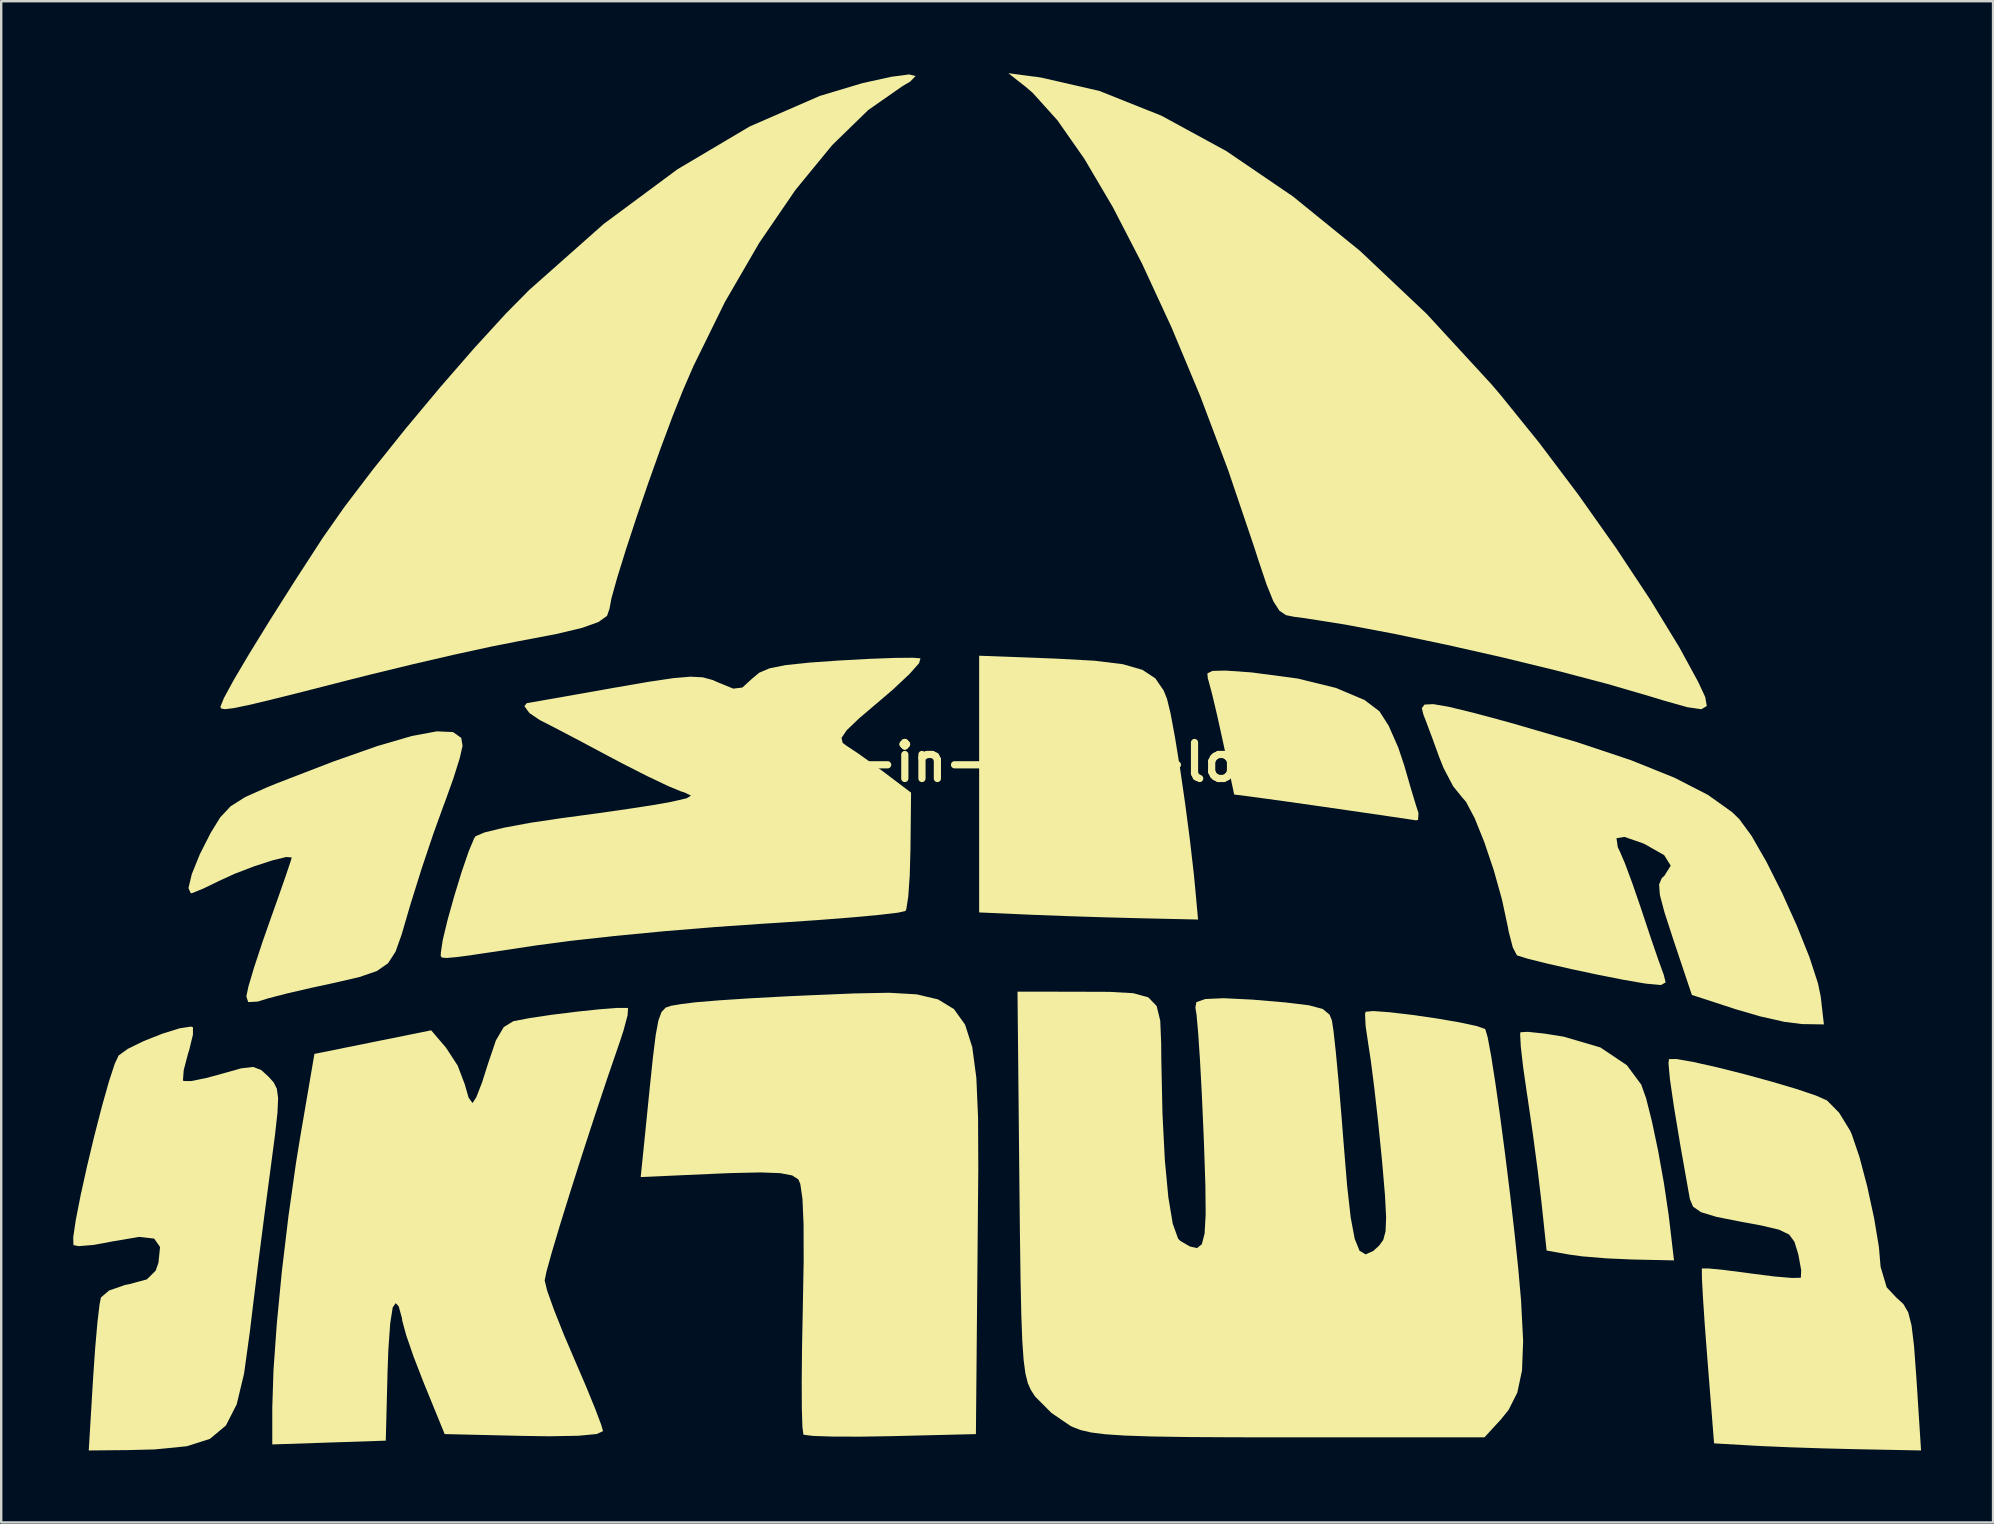
<source format=kicad_pcb>
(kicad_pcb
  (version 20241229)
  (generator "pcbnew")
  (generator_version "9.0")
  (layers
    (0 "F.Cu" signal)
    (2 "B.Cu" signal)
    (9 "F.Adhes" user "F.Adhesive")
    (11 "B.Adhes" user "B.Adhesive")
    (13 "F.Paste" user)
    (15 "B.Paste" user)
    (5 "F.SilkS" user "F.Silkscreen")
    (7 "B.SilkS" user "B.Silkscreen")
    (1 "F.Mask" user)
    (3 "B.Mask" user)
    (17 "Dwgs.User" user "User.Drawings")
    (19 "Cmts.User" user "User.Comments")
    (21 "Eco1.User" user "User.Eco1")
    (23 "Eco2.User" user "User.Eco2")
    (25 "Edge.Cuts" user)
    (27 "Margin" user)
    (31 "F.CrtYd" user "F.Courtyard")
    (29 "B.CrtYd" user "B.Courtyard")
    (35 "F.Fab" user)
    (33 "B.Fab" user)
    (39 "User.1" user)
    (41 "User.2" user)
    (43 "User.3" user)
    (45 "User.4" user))
  (footprint "made-in-israel-logo"
    (layer "F.Cu")
    (at 38.829 28.709)
    (property "Reference" "made-in-israel-logo" (at 0 0 0) (layer "F.SilkS") (effects (font (size 1.5 1.5) (thickness 0.3))))
    (attr board_only exclude_from_pos_files exclude_from_bom)
    (fp_poly (pts (xy 2.094 -4.318) (xy 3.726 -4.229) (xy 4.906 -4.084) (xy 5.721 -3.849) (xy 6.259 -3.495) (xy 6.606 -2.989) (xy 6.745 -2.645) (xy 6.893 -2.041) (xy 7.082 -1.022) (xy 7.293 0.284) (xy 7.506 1.75) (xy 7.702 3.249) (xy 7.863 4.651) (xy 7.922 5.258) (xy 8.04 6.555) (xy 5.574 6.5) (xy 4.128 6.462) (xy 2.569 6.412) (xy 1.197 6.36) (xy 1.013 6.352) (xy -1.081 6.259) (xy -1.081 0.911) (xy -1.081 -4.437)) (stroke (width 0) (type solid)) (fill yes) (layer "F.SilkS"))
    (fp_poly (pts (xy 22.461 11.306) (xy 23.269 11.434) (xy 24.802 11.884) (xy 25.907 12.625) (xy 26.506 13.433) (xy 26.709 14.003) (xy 26.953 14.972) (xy 27.211 16.198) (xy 27.451 17.538) (xy 27.646 18.849) (xy 27.687 19.187) (xy 27.871 20.757) (xy 26.163 20.721) (xy 25.076 20.674) (xy 24.056 20.59) (xy 23.509 20.516) (xy 22.563 20.347) (xy 22.345 18.299) (xy 22.192 17.009) (xy 21.989 15.48) (xy 21.776 14.013) (xy 21.744 13.808) (xy 21.587 12.719) (xy 21.488 11.853) (xy 21.46 11.336) (xy 21.475 11.25) (xy 21.78 11.234)) (stroke (width 0) (type solid)) (fill yes) (layer "F.SilkS"))
    (fp_poly (pts (xy 10.154 -3.75) (xy 10.29 -3.739) (xy 12.194 -3.486) (xy 13.782 -3.096) (xy 14.977 -2.592) (xy 15.597 -2.122) (xy 15.981 -1.522) (xy 16.38 -0.617) (xy 16.632 0.137) (xy 16.897 1.057) (xy 17.117 1.786) (xy 17.224 2.117) (xy 17.208 2.403) (xy 17.12 2.421) (xy 16.767 2.368) (xy 16.009 2.256) (xy 14.976 2.105) (xy 14.321 2.01) (xy 13.055 1.827) (xy 11.857 1.657) (xy 10.921 1.527) (xy 10.65 1.491) (xy 9.545 1.345) (xy 9.077 -0.858) (xy 8.839 -1.937) (xy 8.625 -2.842) (xy 8.472 -3.412) (xy 8.447 -3.486) (xy 8.428 -3.699) (xy 8.64 -3.805) (xy 9.183 -3.818)) (stroke (width 0) (type solid)) (fill yes) (layer "F.SilkS"))
    (fp_poly (pts (xy 1.486 -28.53) (xy 3.922 -27.972) (xy 6.515 -26.938) (xy 9.222 -25.462) (xy 11.995 -23.573) (xy 14.791 -21.303) (xy 17.563 -18.683) (xy 20.267 -15.745) (xy 20.65 -15.295) (xy 22.256 -13.308) (xy 23.885 -11.147) (xy 25.454 -8.928) (xy 26.883 -6.77) (xy 28.091 -4.792) (xy 28.879 -3.346) (xy 29.173 -2.714) (xy 29.237 -2.341) (xy 29.007 -2.207) (xy 28.418 -2.294) (xy 27.406 -2.58) (xy 26.886 -2.74) (xy 25.094 -3.262) (xy 22.996 -3.814) (xy 20.723 -4.367) (xy 18.406 -4.891) (xy 16.174 -5.358) (xy 14.159 -5.737) (xy 12.491 -6.001) (xy 12.057 -6.056) (xy 11.704 -6.128) (xy 11.43 -6.312) (xy 11.179 -6.702) (xy 10.899 -7.393) (xy 10.535 -8.477) (xy 10.37 -8.99) (xy 9.291 -12.178) (xy 8.136 -15.242) (xy 6.931 -18.126) (xy 5.706 -20.774) (xy 4.488 -23.13) (xy 3.305 -25.138) (xy 2.183 -26.743) (xy 1.151 -27.889) (xy 0.864 -28.135) (xy 0.135 -28.709)) (stroke (width 0) (type solid)) (fill yes) (layer "F.SilkS"))
    (fp_poly (pts (xy -3.681 9.672) (xy -2.792 9.883) (xy -2.131 10.287) (xy -1.668 10.933) (xy -1.368 11.871) (xy -1.198 13.15) (xy -1.126 14.819) (xy -1.117 16.929) (xy -1.14 19.526) (xy -1.144 20) (xy -1.216 27.995) (xy -4.733 28.081) (xy -6.057 28.102) (xy -7.178 28.098) (xy -7.989 28.072) (xy -8.384 28.024) (xy -8.403 28.014) (xy -8.445 27.704) (xy -8.469 26.938) (xy -8.474 25.802) (xy -8.461 24.385) (xy -8.43 22.809) (xy -8.393 20.777) (xy -8.397 19.252) (xy -8.443 18.196) (xy -8.533 17.573) (xy -8.614 17.383) (xy -8.872 17.217) (xy -9.371 17.122) (xy -10.199 17.092) (xy -11.444 17.12) (xy -12.053 17.145) (xy -15.183 17.285) (xy -14.991 15.402) (xy -14.811 13.612) (xy -14.673 12.291) (xy -14.558 11.365) (xy -14.446 10.761) (xy -14.315 10.406) (xy -14.145 10.226) (xy -13.917 10.148) (xy -13.608 10.097) (xy -13.511 10.08) (xy -12.923 10.005) (xy -11.91 9.921) (xy -10.588 9.835) (xy -9.07 9.753) (xy -8.06 9.708) (xy -6.282 9.634) (xy -4.834 9.606)) (stroke (width 0) (type solid)) (fill yes) (layer "F.SilkS"))
    (fp_poly (pts (xy -23.002 -1.256) (xy -22.66 -1.012) (xy -22.606 -0.683) (xy -22.723 -0.168) (xy -22.989 0.678) (xy -23.349 1.681) (xy -23.386 1.775) (xy -23.82 2.974) (xy -24.307 4.424) (xy -24.754 5.85) (xy -24.837 6.128) (xy -25.141 7.171) (xy -25.398 7.894) (xy -25.71 8.377) (xy -26.178 8.702) (xy -26.902 8.95) (xy -27.983 9.201) (xy -28.913 9.402) (xy -29.893 9.628) (xy -30.708 9.839) (xy -31.142 9.974) (xy -31.537 9.995) (xy -31.615 9.758) (xy -31.527 9.341) (xy -31.289 8.542) (xy -30.942 7.491) (xy -30.669 6.71) (xy -30.276 5.603) (xy -29.962 4.703) (xy -29.768 4.124) (xy -29.723 3.969) (xy -29.948 3.948) (xy -30.519 4.087) (xy -31.285 4.336) (xy -32.093 4.645) (xy -32.753 4.947) (xy -33.417 5.269) (xy -33.863 5.449) (xy -33.93 5.462) (xy -34.026 5.244) (xy -33.888 4.664) (xy -33.551 3.831) (xy -33.102 2.946) (xy -32.704 2.299) (xy -32.27 1.836) (xy -31.658 1.449) (xy -30.722 1.032) (xy -30.326 0.872) (xy -28.014 -0.02) (xy -26.155 -0.674) (xy -24.72 -1.093) (xy -23.679 -1.286)) (stroke (width 0) (type solid)) (fill yes) (layer "F.SilkS"))
    (fp_poly (pts (xy -3.731 -28.59) (xy -3.955 -28.358) (xy -4.268 -28.175) (xy -5.703 -27.174) (xy -7.209 -25.707) (xy -8.739 -23.84) (xy -10.243 -21.641) (xy -11.674 -19.176) (xy -12.983 -16.511) (xy -13.419 -15.507) (xy -13.855 -14.412) (xy -14.348 -13.092) (xy -14.861 -11.652) (xy -15.359 -10.2) (xy -15.805 -8.841) (xy -16.165 -7.68) (xy -16.403 -6.825) (xy -16.483 -6.393) (xy -16.586 -6.098) (xy -16.943 -5.842) (xy -17.624 -5.598) (xy -18.7 -5.342) (xy -20.241 -5.048) (xy -20.266 -5.044) (xy -21.421 -4.816) (xy -22.943 -4.484) (xy -24.676 -4.083) (xy -26.463 -3.649) (xy -27.504 -3.386) (xy -29.285 -2.93) (xy -30.609 -2.599) (xy -31.543 -2.377) (xy -32.152 -2.252) (xy -32.503 -2.21) (xy -32.662 -2.236) (xy -32.696 -2.306) (xy -32.549 -2.674) (xy -32.134 -3.437) (xy -31.482 -4.538) (xy -30.63 -5.921) (xy -29.612 -7.528) (xy -28.46 -9.304) (xy -28.425 -9.358) (xy -27.522 -10.645) (xy -26.339 -12.199) (xy -24.976 -13.901) (xy -23.532 -15.63) (xy -22.107 -17.267) (xy -20.803 -18.691) (xy -19.832 -19.674) (xy -16.722 -22.43) (xy -13.651 -24.706) (xy -10.643 -26.489) (xy -7.721 -27.762) (xy -5.945 -28.295) (xy -4.742 -28.56) (xy -3.999 -28.658)) (stroke (width 0) (type solid)) (fill yes) (layer "F.SilkS"))
    (fp_poly (pts (xy 28.684 12.492) (xy 29.661 12.711) (xy 30.783 12.993) (xy 31.927 13.305) (xy 32.968 13.614) (xy 33.784 13.889) (xy 34.248 14.095) (xy 34.75 14.603) (xy 35.21 15.353) (xy 35.278 15.505) (xy 35.599 16.45) (xy 35.924 17.682) (xy 36.209 18.998) (xy 36.408 20.192) (xy 36.479 21.025) (xy 36.733 21.88) (xy 37.133 22.305) (xy 37.428 22.575) (xy 37.631 22.925) (xy 37.769 23.468) (xy 37.872 24.319) (xy 37.966 25.591) (xy 37.976 25.741) (xy 38.165 28.677) (xy 35.498 28.625) (xy 34.115 28.591) (xy 32.718 28.545) (xy 31.538 28.495) (xy 31.186 28.476) (xy 29.541 28.381) (xy 29.255 24.774) (xy 29.153 23.436) (xy 29.078 22.311) (xy 29.035 21.503) (xy 29.031 21.113) (xy 29.035 21.094) (xy 29.315 21.094) (xy 29.991 21.161) (xy 30.926 21.282) (xy 31.074 21.303) (xy 32.043 21.426) (xy 32.78 21.489) (xy 33.144 21.482) (xy 33.157 21.475) (xy 33.17 21.163) (xy 33.058 20.547) (xy 33.032 20.446) (xy 32.889 19.981) (xy 32.669 19.681) (xy 32.249 19.478) (xy 31.505 19.302) (xy 30.718 19.158) (xy 29.646 18.946) (xy 28.999 18.75) (xy 28.665 18.519) (xy 28.533 18.206) (xy 28.532 18.202) (xy 28.145 16.02) (xy 27.869 14.36) (xy 27.701 13.206) (xy 27.641 12.547) (xy 27.663 12.37) (xy 27.977 12.367)) (stroke (width 0) (type solid)) (fill yes) (layer "F.SilkS"))
    (fp_poly (pts (xy -33.839 11.044) (xy -33.84 11.352) (xy -33.99 11.971) (xy -34.047 12.154) (xy -34.223 12.824) (xy -34.255 13.242) (xy -34.235 13.283) (xy -33.924 13.287) (xy -33.262 13.153) (xy -32.665 12.989) (xy -31.83 12.755) (xy -31.333 12.697) (xy -30.996 12.825) (xy -30.694 13.099) (xy -30.478 13.339) (xy -30.344 13.603) (xy -30.291 13.993) (xy -30.318 14.608) (xy -30.423 15.55) (xy -30.604 16.92) (xy -30.632 17.13) (xy -30.86 18.852) (xy -31.105 20.758) (xy -31.331 22.585) (xy -31.468 23.728) (xy -31.71 25.478) (xy -32.017 26.756) (xy -32.466 27.637) (xy -33.134 28.194) (xy -34.098 28.501) (xy -35.436 28.634) (xy -36.587 28.662) (xy -38.181 28.677) (xy -38.001 25.685) (xy -37.915 24.43) (xy -37.821 23.358) (xy -37.732 22.598) (xy -37.674 22.303) (xy -37.333 22.012) (xy -36.673 21.782) (xy -36.492 21.747) (xy -35.76 21.549) (xy -35.392 21.184) (xy -35.277 20.856) (xy -35.21 20.199) (xy -35.455 19.849) (xy -36.074 19.778) (xy -37.127 19.955) (xy -37.128 19.955) (xy -37.977 20.113) (xy -38.601 20.164) (xy -38.819 20.121) (xy -38.829 19.798) (xy -38.72 19.065) (xy -38.518 18.038) (xy -38.252 16.834) (xy -37.949 15.568) (xy -37.636 14.355) (xy -37.343 13.313) (xy -37.095 12.557) (xy -36.937 12.22) (xy -36.553 11.942) (xy -35.885 11.616) (xy -35.107 11.309) (xy -34.394 11.087) (xy -33.921 11.015)) (stroke (width 0) (type solid)) (fill yes) (layer "F.SilkS"))
    (fp_poly (pts (xy -15.71 10.25) (xy -15.73 10.546) (xy -15.901 11.185) (xy -16.059 11.666) (xy -16.565 13.14) (xy -17.095 14.729) (xy -17.621 16.343) (xy -18.114 17.891) (xy -18.546 19.282) (xy -18.887 20.424) (xy -19.11 21.227) (xy -19.185 21.594) (xy -19.08 22.02) (xy -18.795 22.82) (xy -18.376 23.871) (xy -17.969 24.824) (xy -17.478 25.966) (xy -17.082 26.933) (xy -16.827 27.61) (xy -16.753 27.872) (xy -17.016 27.992) (xy -17.778 28.064) (xy -19 28.086) (xy -20.052 28.071) (xy -23.351 27.995) (xy -24.241 25.815) (xy -24.647 24.766) (xy -24.956 23.87) (xy -25.117 23.276) (xy -25.13 23.168) (xy -25.265 22.675) (xy -25.391 22.538) (xy -25.516 22.718) (xy -25.621 23.386) (xy -25.698 24.485) (xy -25.729 25.321) (xy -25.805 28.268) (xy -28.17 28.347) (xy -30.534 28.426) (xy -30.534 26.892) (xy -30.484 25.332) (xy -30.345 23.386) (xy -30.133 21.199) (xy -29.861 18.922) (xy -29.547 16.702) (xy -29.362 15.568) (xy -28.778 12.154) (xy -26.346 11.662) (xy -23.914 11.171) (xy -23.293 11.897) (xy -22.809 12.642) (xy -22.516 13.413) (xy -22.355 13.973) (xy -22.191 14.202) (xy -22.034 13.962) (xy -21.791 13.336) (xy -21.547 12.568) (xy -21.216 11.59) (xy -20.89 11.037) (xy -20.499 10.796) (xy -20.467 10.787) (xy -19.812 10.661) (xy -18.906 10.526) (xy -17.898 10.4) (xy -16.936 10.298) (xy -16.17 10.238) (xy -15.747 10.237)) (stroke (width 0) (type solid)) (fill yes) (layer "F.SilkS"))
    (fp_poly (pts (xy 18.528 -2.3) (xy 19.599 -2.037) (xy 21.005 -1.658) (xy 23.787 -0.849) (xy 26.07 -0.087) (xy 27.89 0.645) (xy 29.284 1.361) (xy 30.288 2.077) (xy 30.589 2.367) (xy 31.103 3.069) (xy 31.719 4.143) (xy 32.372 5.441) (xy 32.993 6.817) (xy 33.515 8.124) (xy 33.871 9.216) (xy 33.984 9.764) (xy 34.117 10.925) (xy 33.204 10.911) (xy 32.476 10.819) (xy 31.466 10.591) (xy 30.453 10.296) (xy 28.615 9.696) (xy 27.837 7.374) (xy 27.473 6.251) (xy 27.282 5.528) (xy 27.25 5.093) (xy 27.36 4.834) (xy 27.472 4.729) (xy 27.734 4.31) (xy 27.462 3.873) (xy 26.654 3.413) (xy 26.554 3.37) (xy 25.805 3.112) (xy 25.475 3.165) (xy 25.529 3.543) (xy 25.621 3.732) (xy 25.831 4.225) (xy 26.144 5.07) (xy 26.499 6.1) (xy 26.559 6.282) (xy 26.907 7.328) (xy 27.214 8.223) (xy 27.421 8.796) (xy 27.442 8.85) (xy 27.523 9.175) (xy 27.327 9.285) (xy 26.737 9.23) (xy 26.593 9.209) (xy 25.746 9.062) (xy 24.698 8.855) (xy 23.592 8.619) (xy 22.57 8.386) (xy 21.774 8.187) (xy 21.346 8.054) (xy 21.323 8.042) (xy 21.154 7.716) (xy 20.984 7.062) (xy 20.947 6.862) (xy 20.706 5.732) (xy 20.364 4.508) (xy 19.967 3.33) (xy 19.565 2.332) (xy 19.206 1.653) (xy 19.04 1.461) (xy 18.669 1.003) (xy 18.269 0.241) (xy 18.093 -0.198) (xy 17.781 -1.057) (xy 17.517 -1.759) (xy 17.431 -1.98) (xy 17.363 -2.254) (xy 17.478 -2.402) (xy 17.844 -2.42)) (stroke (width 0) (type solid)) (fill yes) (layer "F.SilkS"))
    (fp_poly (pts (xy -3.526 -4.329) (xy -3.584 -4.126) (xy -3.993 -3.665) (xy -4.677 -3.025) (xy -5.167 -2.606) (xy -6.069 -1.84) (xy -6.6 -1.333) (xy -6.815 -1.014) (xy -6.77 -0.808) (xy -6.626 -0.698) (xy -6.125 -0.367) (xy -5.408 0.146) (xy -5.027 0.429) (xy -3.918 1.268) (xy -3.943 3.64) (xy -3.974 4.731) (xy -4.035 5.603) (xy -4.116 6.122) (xy -4.151 6.198) (xy -4.464 6.269) (xy -5.234 6.36) (xy -6.381 6.466) (xy -7.823 6.579) (xy -9.477 6.691) (xy -10.071 6.728) (xy -12.089 6.867) (xy -14.214 7.043) (xy -16.282 7.241) (xy -18.13 7.446) (xy -19.538 7.633) (xy -21.076 7.865) (xy -22.159 8.026) (xy -22.865 8.121) (xy -23.274 8.157) (xy -23.465 8.139) (xy -23.517 8.073) (xy -23.51 7.965) (xy -23.509 7.923) (xy -23.431 7.406) (xy -23.229 6.567) (xy -22.949 5.567) (xy -22.641 4.562) (xy -22.349 3.712) (xy -22.123 3.173) (xy -22.064 3.084) (xy -21.688 2.925) (xy -20.889 2.73) (xy -19.782 2.524) (xy -18.48 2.33) (xy -18.374 2.316) (xy -16.969 2.127) (xy -15.656 1.938) (xy -14.584 1.772) (xy -13.916 1.652) (xy -13.264 1.501) (xy -13.09 1.392) (xy -13.342 1.267) (xy -13.511 1.213) (xy -14.042 0.993) (xy -14.902 0.583) (xy -15.945 0.054) (xy -16.483 -0.231) (xy -17.553 -0.801) (xy -18.502 -1.301) (xy -19.187 -1.655) (xy -19.386 -1.755) (xy -19.819 -2.048) (xy -20.031 -2.336) (xy -19.928 -2.463) (xy -19.652 -2.509) (xy -18.945 -2.633) (xy -17.905 -2.816) (xy -16.634 -3.041) (xy -16.325 -3.096) (xy -14.865 -3.349) (xy -13.829 -3.503) (xy -13.11 -3.564) (xy -12.601 -3.538) (xy -12.196 -3.429) (xy -11.933 -3.314) (xy -11.328 -3.067) (xy -10.95 -3.11) (xy -10.552 -3.472) (xy -10.246 -3.729) (xy -9.811 -3.913) (xy -9.139 -4.047) (xy -8.125 -4.153) (xy -6.931 -4.237) (xy -5.673 -4.306) (xy -4.603 -4.346) (xy -3.844 -4.353)) (stroke (width 0) (type solid)) (fill yes) (layer "F.SilkS"))
    (fp_poly (pts (xy 2.893 9.563) (xy 4.344 9.568) (xy 5.34 9.624) (xy 5.968 9.798) (xy 6.314 10.157) (xy 6.464 10.767) (xy 6.503 11.698) (xy 6.509 12.39) (xy 6.558 14.664) (xy 6.657 16.592) (xy 6.802 18.129) (xy 6.986 19.229) (xy 7.207 19.847) (xy 7.298 19.945) (xy 7.702 20.178) (xy 7.997 20.245) (xy 8.196 20.087) (xy 8.312 19.642) (xy 8.357 18.85) (xy 8.346 17.651) (xy 8.29 15.984) (xy 8.267 15.415) (xy 8.197 13.831) (xy 8.121 12.421) (xy 8.045 11.283) (xy 7.976 10.514) (xy 7.928 10.226) (xy 7.97 9.997) (xy 8.343 9.867) (xy 9.101 9.833) (xy 10.296 9.891) (xy 11.665 10.008) (xy 12.655 10.127) (xy 13.231 10.28) (xy 13.518 10.515) (xy 13.616 10.756) (xy 13.686 11.215) (xy 13.784 12.113) (xy 13.899 13.344) (xy 14.021 14.801) (xy 14.099 15.801) (xy 14.25 17.634) (xy 14.4 18.972) (xy 14.568 19.863) (xy 14.77 20.358) (xy 15.023 20.507) (xy 15.345 20.36) (xy 15.588 20.14) (xy 15.757 19.903) (xy 15.853 19.544) (xy 15.876 18.963) (xy 15.83 18.063) (xy 15.718 16.744) (xy 15.68 16.348) (xy 15.535 14.913) (xy 15.381 13.554) (xy 15.238 12.432) (xy 15.133 11.744) (xy 15.021 10.988) (xy 14.998 10.489) (xy 15.023 10.398) (xy 15.34 10.368) (xy 16.037 10.419) (xy 16.966 10.529) (xy 17.977 10.675) (xy 18.92 10.837) (xy 19.644 10.991) (xy 20.001 11.117) (xy 20.008 11.124) (xy 20.108 11.463) (xy 20.254 12.25) (xy 20.432 13.391) (xy 20.631 14.792) (xy 20.837 16.356) (xy 21.039 17.99) (xy 21.224 19.598) (xy 21.38 21.087) (xy 21.493 22.361) (xy 21.5 22.457) (xy 21.585 24.112) (xy 21.538 25.345) (xy 21.342 26.267) (xy 20.978 26.989) (xy 20.66 27.383) (xy 19.974 28.131) (xy 11.811 28.131) (xy 9.455 28.128) (xy 7.577 28.117) (xy 6.113 28.094) (xy 5.001 28.057) (xy 4.178 28.003) (xy 3.581 27.927) (xy 3.146 27.826) (xy 2.812 27.697) (xy 2.721 27.653) (xy 1.93 27.112) (xy 1.268 26.448) (xy 1.235 26.405) (xy 1.074 26.158) (xy 0.946 25.869) (xy 0.847 25.474) (xy 0.772 24.909) (xy 0.716 24.11) (xy 0.675 23.014) (xy 0.644 21.555) (xy 0.618 19.671) (xy 0.596 17.597) (xy 0.517 9.559)) (stroke (width 0) (type solid)) (fill yes) (layer "F.SilkS")))
  (gr_rect
    (start -3 -3)
    (end 79.994 60.387)
    (stroke (width 0.1) (type default))
    (fill no)
    (layer "Edge.Cuts")))
</source>
